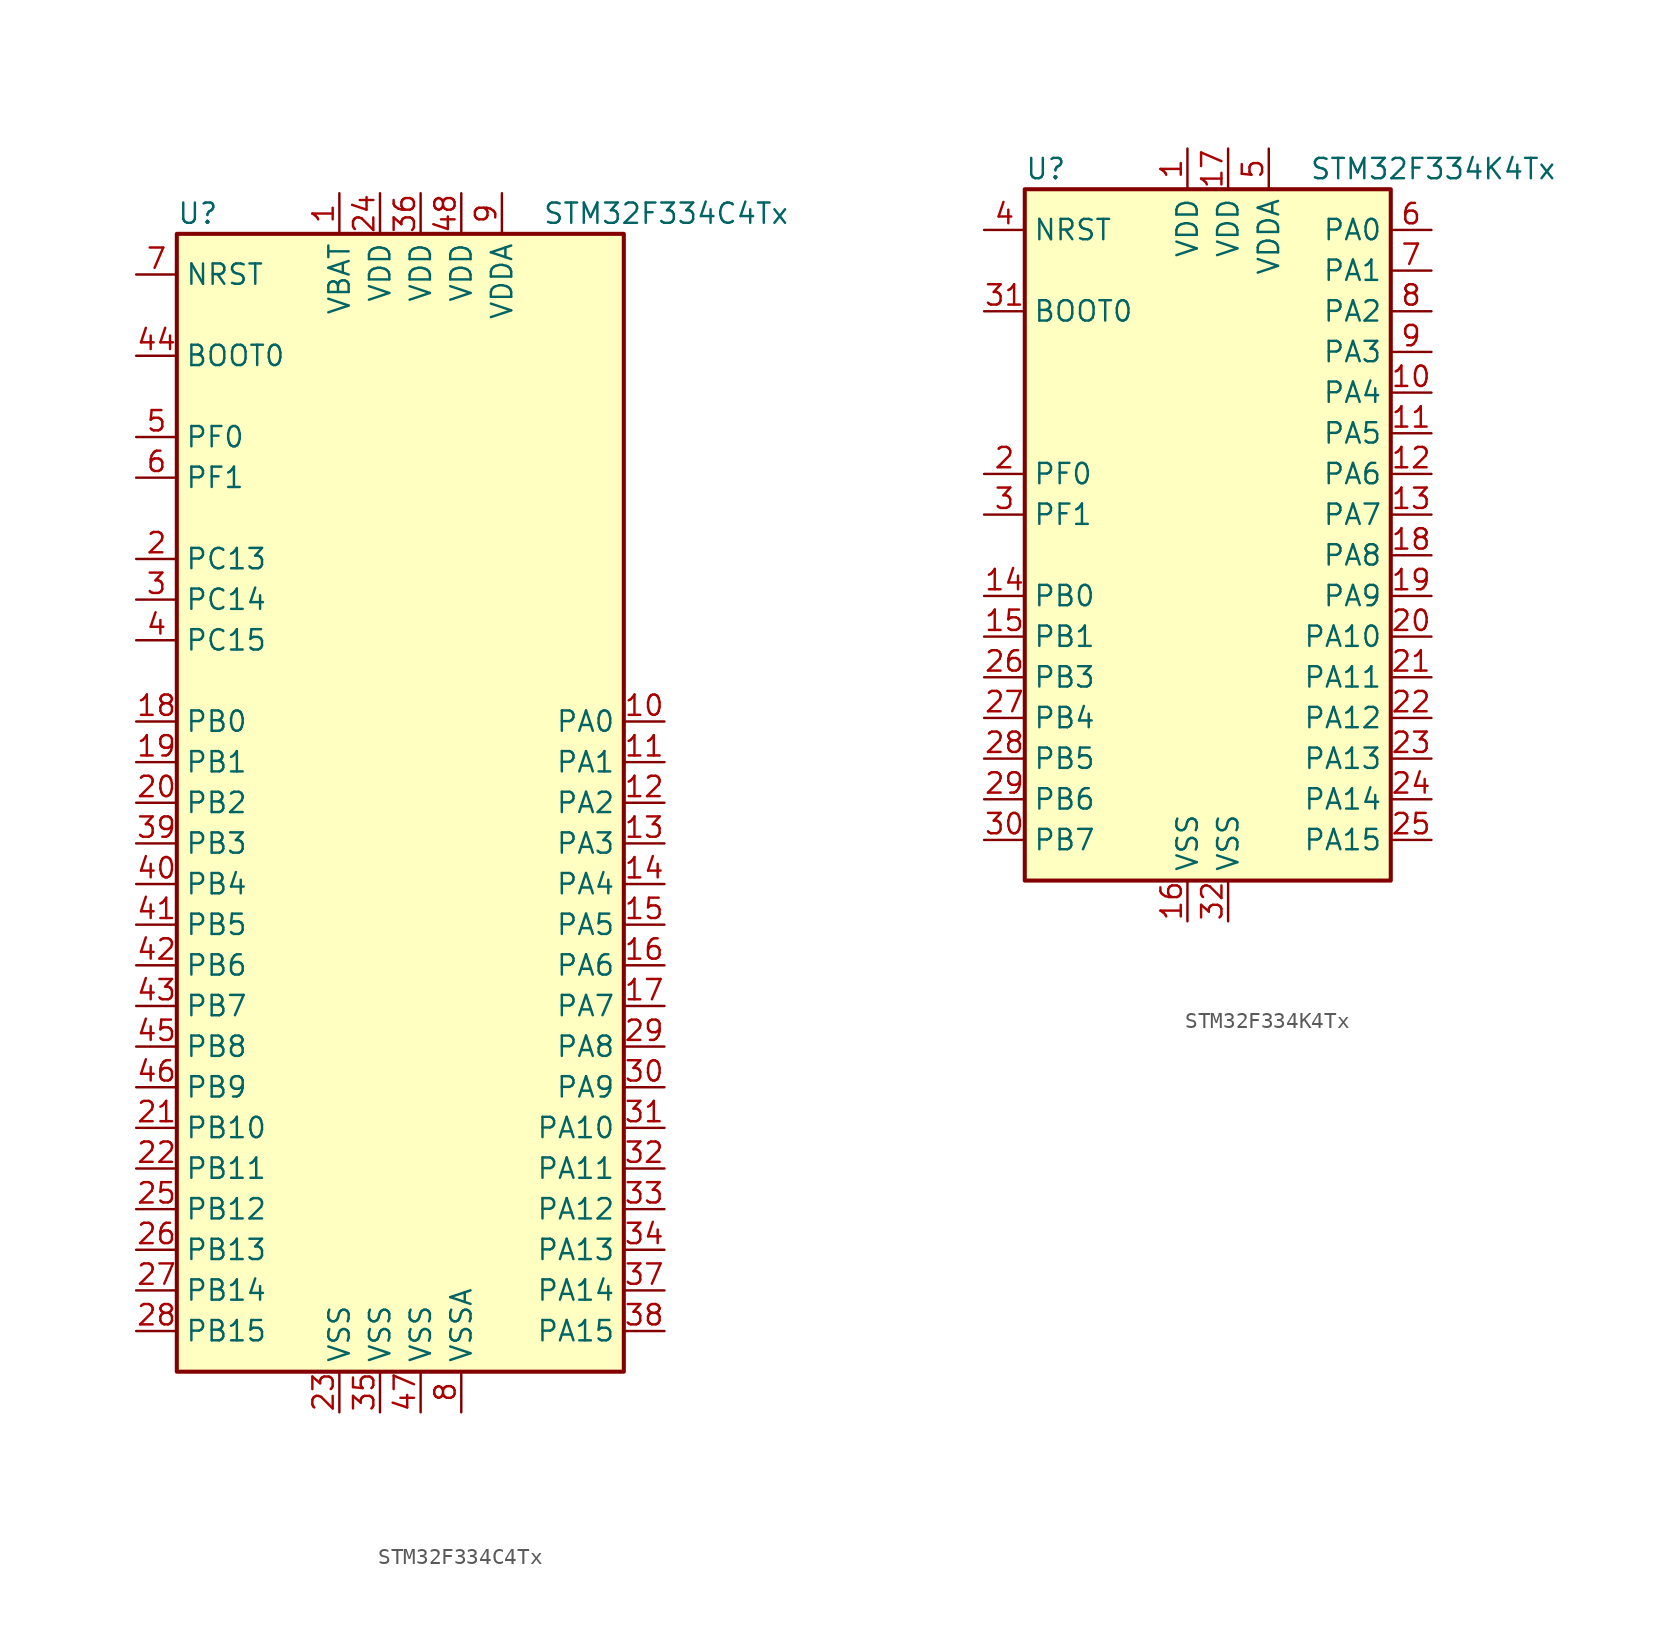
<source format=kicad_sym>
(kicad_symbol_lib
  (version 20201005)
  (generator kicad_symbol_editor)
  (symbol "STM32F334C4Tx"
    (property "Reference" "U"
      (at -15.24 36.83 0)
      (effects (font (size 1.27 1.27)) (justify left)))
    (property "Value" "STM32F334C4Tx"
      (at 7.62 36.83 0)
      (effects (font (size 1.27 1.27)) (justify left)))
    (symbol "STM32F334C4Tx_0_1"
      (rectangle (start -15.24 -35.56) (end 12.7 35.56) (stroke (width 0.254)) (fill (type background))))
    (symbol "STM32F334C4Tx_1_1"
      (pin power_in line (at -5.08 38.1 270) (length 2.54) (name "VBAT" (effects (font (size 1.27 1.27)))) (number "1" (effects (font (size 1.27 1.27)))))
      (pin bidirectional line (at 15.24 5.08 180) (length 2.54) (name "PA0" (effects (font (size 1.27 1.27)))) (number "10" (effects (font (size 1.27 1.27)))))
      (pin bidirectional line (at 15.24 2.54 180) (length 2.54) (name "PA1" (effects (font (size 1.27 1.27)))) (number "11" (effects (font (size 1.27 1.27)))))
      (pin bidirectional line (at 15.24 0 180) (length 2.54) (name "PA2" (effects (font (size 1.27 1.27)))) (number "12" (effects (font (size 1.27 1.27)))))
      (pin bidirectional line (at 15.24 -2.54 180) (length 2.54) (name "PA3" (effects (font (size 1.27 1.27)))) (number "13" (effects (font (size 1.27 1.27)))))
      (pin bidirectional line (at 15.24 -5.08 180) (length 2.54) (name "PA4" (effects (font (size 1.27 1.27)))) (number "14" (effects (font (size 1.27 1.27)))))
      (pin bidirectional line (at 15.24 -7.62 180) (length 2.54) (name "PA5" (effects (font (size 1.27 1.27)))) (number "15" (effects (font (size 1.27 1.27)))))
      (pin bidirectional line (at 15.24 -10.16 180) (length 2.54) (name "PA6" (effects (font (size 1.27 1.27)))) (number "16" (effects (font (size 1.27 1.27)))))
      (pin bidirectional line (at 15.24 -12.7 180) (length 2.54) (name "PA7" (effects (font (size 1.27 1.27)))) (number "17" (effects (font (size 1.27 1.27)))))
      (pin bidirectional line (at -17.78 5.08 0) (length 2.54) (name "PB0" (effects (font (size 1.27 1.27)))) (number "18" (effects (font (size 1.27 1.27)))))
      (pin bidirectional line (at -17.78 2.54 0) (length 2.54) (name "PB1" (effects (font (size 1.27 1.27)))) (number "19" (effects (font (size 1.27 1.27)))))
      (pin bidirectional line (at -17.78 15.24 0) (length 2.54) (name "PC13" (effects (font (size 1.27 1.27)))) (number "2" (effects (font (size 1.27 1.27)))))
      (pin bidirectional line (at -17.78 0 0) (length 2.54) (name "PB2" (effects (font (size 1.27 1.27)))) (number "20" (effects (font (size 1.27 1.27)))))
      (pin bidirectional line (at -17.78 -20.32 0) (length 2.54) (name "PB10" (effects (font (size 1.27 1.27)))) (number "21" (effects (font (size 1.27 1.27)))))
      (pin bidirectional line (at -17.78 -22.86 0) (length 2.54) (name "PB11" (effects (font (size 1.27 1.27)))) (number "22" (effects (font (size 1.27 1.27)))))
      (pin power_in line (at -5.08 -38.1 90) (length 2.54) (name "VSS" (effects (font (size 1.27 1.27)))) (number "23" (effects (font (size 1.27 1.27)))))
      (pin power_in line (at -2.54 38.1 270) (length 2.54) (name "VDD" (effects (font (size 1.27 1.27)))) (number "24" (effects (font (size 1.27 1.27)))))
      (pin bidirectional line (at -17.78 -25.4 0) (length 2.54) (name "PB12" (effects (font (size 1.27 1.27)))) (number "25" (effects (font (size 1.27 1.27)))))
      (pin bidirectional line (at -17.78 -27.94 0) (length 2.54) (name "PB13" (effects (font (size 1.27 1.27)))) (number "26" (effects (font (size 1.27 1.27)))))
      (pin bidirectional line (at -17.78 -30.48 0) (length 2.54) (name "PB14" (effects (font (size 1.27 1.27)))) (number "27" (effects (font (size 1.27 1.27)))))
      (pin bidirectional line (at -17.78 -33.02 0) (length 2.54) (name "PB15" (effects (font (size 1.27 1.27)))) (number "28" (effects (font (size 1.27 1.27)))))
      (pin bidirectional line (at 15.24 -15.24 180) (length 2.54) (name "PA8" (effects (font (size 1.27 1.27)))) (number "29" (effects (font (size 1.27 1.27)))))
      (pin bidirectional line (at -17.78 12.7 0) (length 2.54) (name "PC14" (effects (font (size 1.27 1.27)))) (number "3" (effects (font (size 1.27 1.27)))))
      (pin bidirectional line (at 15.24 -17.78 180) (length 2.54) (name "PA9" (effects (font (size 1.27 1.27)))) (number "30" (effects (font (size 1.27 1.27)))))
      (pin bidirectional line (at 15.24 -20.32 180) (length 2.54) (name "PA10" (effects (font (size 1.27 1.27)))) (number "31" (effects (font (size 1.27 1.27)))))
      (pin bidirectional line (at 15.24 -22.86 180) (length 2.54) (name "PA11" (effects (font (size 1.27 1.27)))) (number "32" (effects (font (size 1.27 1.27)))))
      (pin bidirectional line (at 15.24 -25.4 180) (length 2.54) (name "PA12" (effects (font (size 1.27 1.27)))) (number "33" (effects (font (size 1.27 1.27)))))
      (pin bidirectional line (at 15.24 -27.94 180) (length 2.54) (name "PA13" (effects (font (size 1.27 1.27)))) (number "34" (effects (font (size 1.27 1.27)))))
      (pin power_in line (at -2.54 -38.1 90) (length 2.54) (name "VSS" (effects (font (size 1.27 1.27)))) (number "35" (effects (font (size 1.27 1.27)))))
      (pin power_in line (at 0 38.1 270) (length 2.54) (name "VDD" (effects (font (size 1.27 1.27)))) (number "36" (effects (font (size 1.27 1.27)))))
      (pin bidirectional line (at 15.24 -30.48 180) (length 2.54) (name "PA14" (effects (font (size 1.27 1.27)))) (number "37" (effects (font (size 1.27 1.27)))))
      (pin bidirectional line (at 15.24 -33.02 180) (length 2.54) (name "PA15" (effects (font (size 1.27 1.27)))) (number "38" (effects (font (size 1.27 1.27)))))
      (pin bidirectional line (at -17.78 -2.54 0) (length 2.54) (name "PB3" (effects (font (size 1.27 1.27)))) (number "39" (effects (font (size 1.27 1.27)))))
      (pin bidirectional line (at -17.78 10.16 0) (length 2.54) (name "PC15" (effects (font (size 1.27 1.27)))) (number "4" (effects (font (size 1.27 1.27)))))
      (pin bidirectional line (at -17.78 -5.08 0) (length 2.54) (name "PB4" (effects (font (size 1.27 1.27)))) (number "40" (effects (font (size 1.27 1.27)))))
      (pin bidirectional line (at -17.78 -7.62 0) (length 2.54) (name "PB5" (effects (font (size 1.27 1.27)))) (number "41" (effects (font (size 1.27 1.27)))))
      (pin bidirectional line (at -17.78 -10.16 0) (length 2.54) (name "PB6" (effects (font (size 1.27 1.27)))) (number "42" (effects (font (size 1.27 1.27)))))
      (pin bidirectional line (at -17.78 -12.7 0) (length 2.54) (name "PB7" (effects (font (size 1.27 1.27)))) (number "43" (effects (font (size 1.27 1.27)))))
      (pin input line (at -17.78 27.94 0) (length 2.54) (name "BOOT0" (effects (font (size 1.27 1.27)))) (number "44" (effects (font (size 1.27 1.27)))))
      (pin bidirectional line (at -17.78 -15.24 0) (length 2.54) (name "PB8" (effects (font (size 1.27 1.27)))) (number "45" (effects (font (size 1.27 1.27)))))
      (pin bidirectional line (at -17.78 -17.78 0) (length 2.54) (name "PB9" (effects (font (size 1.27 1.27)))) (number "46" (effects (font (size 1.27 1.27)))))
      (pin power_in line (at 0 -38.1 90) (length 2.54) (name "VSS" (effects (font (size 1.27 1.27)))) (number "47" (effects (font (size 1.27 1.27)))))
      (pin power_in line (at 2.54 38.1 270) (length 2.54) (name "VDD" (effects (font (size 1.27 1.27)))) (number "48" (effects (font (size 1.27 1.27)))))
      (pin input line (at -17.78 22.86 0) (length 2.54) (name "PF0" (effects (font (size 1.27 1.27)))) (number "5" (effects (font (size 1.27 1.27)))))
      (pin input line (at -17.78 20.32 0) (length 2.54) (name "PF1" (effects (font (size 1.27 1.27)))) (number "6" (effects (font (size 1.27 1.27)))))
      (pin input line (at -17.78 33.02 0) (length 2.54) (name "NRST" (effects (font (size 1.27 1.27)))) (number "7" (effects (font (size 1.27 1.27)))))
      (pin power_in line (at 2.54 -38.1 90) (length 2.54) (name "VSSA" (effects (font (size 1.27 1.27)))) (number "8" (effects (font (size 1.27 1.27)))))
      (pin power_in line (at 5.08 38.1 270) (length 2.54) (name "VDDA" (effects (font (size 1.27 1.27)))) (number "9" (effects (font (size 1.27 1.27)))))))
  (symbol "STM32F334K4Tx"
    (property "Reference" "U"
      (at -12.7 21.59 0)
      (effects (font (size 1.27 1.27)) (justify left)))
    (property "Value" "STM32F334K4Tx"
      (at 5.08 21.59 0)
      (effects (font (size 1.27 1.27)) (justify left)))
    (symbol "STM32F334K4Tx_0_1"
      (rectangle (start -12.7 -22.86) (end 10.16 20.32) (stroke (width 0.254)) (fill (type background))))
    (symbol "STM32F334K4Tx_1_1"
      (pin power_in line (at -2.54 22.86 270) (length 2.54) (name "VDD" (effects (font (size 1.27 1.27)))) (number "1" (effects (font (size 1.27 1.27)))))
      (pin bidirectional line (at 12.7 7.62 180) (length 2.54) (name "PA4" (effects (font (size 1.27 1.27)))) (number "10" (effects (font (size 1.27 1.27)))))
      (pin bidirectional line (at 12.7 5.08 180) (length 2.54) (name "PA5" (effects (font (size 1.27 1.27)))) (number "11" (effects (font (size 1.27 1.27)))))
      (pin bidirectional line (at 12.7 2.54 180) (length 2.54) (name "PA6" (effects (font (size 1.27 1.27)))) (number "12" (effects (font (size 1.27 1.27)))))
      (pin bidirectional line (at 12.7 0 180) (length 2.54) (name "PA7" (effects (font (size 1.27 1.27)))) (number "13" (effects (font (size 1.27 1.27)))))
      (pin bidirectional line (at -15.24 -5.08 0) (length 2.54) (name "PB0" (effects (font (size 1.27 1.27)))) (number "14" (effects (font (size 1.27 1.27)))))
      (pin bidirectional line (at -15.24 -7.62 0) (length 2.54) (name "PB1" (effects (font (size 1.27 1.27)))) (number "15" (effects (font (size 1.27 1.27)))))
      (pin power_in line (at -2.54 -25.4 90) (length 2.54) (name "VSS" (effects (font (size 1.27 1.27)))) (number "16" (effects (font (size 1.27 1.27)))))
      (pin power_in line (at 0 22.86 270) (length 2.54) (name "VDD" (effects (font (size 1.27 1.27)))) (number "17" (effects (font (size 1.27 1.27)))))
      (pin bidirectional line (at 12.7 -2.54 180) (length 2.54) (name "PA8" (effects (font (size 1.27 1.27)))) (number "18" (effects (font (size 1.27 1.27)))))
      (pin bidirectional line (at 12.7 -5.08 180) (length 2.54) (name "PA9" (effects (font (size 1.27 1.27)))) (number "19" (effects (font (size 1.27 1.27)))))
      (pin input line (at -15.24 2.54 0) (length 2.54) (name "PF0" (effects (font (size 1.27 1.27)))) (number "2" (effects (font (size 1.27 1.27)))))
      (pin bidirectional line (at 12.7 -7.62 180) (length 2.54) (name "PA10" (effects (font (size 1.27 1.27)))) (number "20" (effects (font (size 1.27 1.27)))))
      (pin bidirectional line (at 12.7 -10.16 180) (length 2.54) (name "PA11" (effects (font (size 1.27 1.27)))) (number "21" (effects (font (size 1.27 1.27)))))
      (pin bidirectional line (at 12.7 -12.7 180) (length 2.54) (name "PA12" (effects (font (size 1.27 1.27)))) (number "22" (effects (font (size 1.27 1.27)))))
      (pin bidirectional line (at 12.7 -15.24 180) (length 2.54) (name "PA13" (effects (font (size 1.27 1.27)))) (number "23" (effects (font (size 1.27 1.27)))))
      (pin bidirectional line (at 12.7 -17.78 180) (length 2.54) (name "PA14" (effects (font (size 1.27 1.27)))) (number "24" (effects (font (size 1.27 1.27)))))
      (pin bidirectional line (at 12.7 -20.32 180) (length 2.54) (name "PA15" (effects (font (size 1.27 1.27)))) (number "25" (effects (font (size 1.27 1.27)))))
      (pin bidirectional line (at -15.24 -10.16 0) (length 2.54) (name "PB3" (effects (font (size 1.27 1.27)))) (number "26" (effects (font (size 1.27 1.27)))))
      (pin bidirectional line (at -15.24 -12.7 0) (length 2.54) (name "PB4" (effects (font (size 1.27 1.27)))) (number "27" (effects (font (size 1.27 1.27)))))
      (pin bidirectional line (at -15.24 -15.24 0) (length 2.54) (name "PB5" (effects (font (size 1.27 1.27)))) (number "28" (effects (font (size 1.27 1.27)))))
      (pin bidirectional line (at -15.24 -17.78 0) (length 2.54) (name "PB6" (effects (font (size 1.27 1.27)))) (number "29" (effects (font (size 1.27 1.27)))))
      (pin input line (at -15.24 0 0) (length 2.54) (name "PF1" (effects (font (size 1.27 1.27)))) (number "3" (effects (font (size 1.27 1.27)))))
      (pin bidirectional line (at -15.24 -20.32 0) (length 2.54) (name "PB7" (effects (font (size 1.27 1.27)))) (number "30" (effects (font (size 1.27 1.27)))))
      (pin input line (at -15.24 12.7 0) (length 2.54) (name "BOOT0" (effects (font (size 1.27 1.27)))) (number "31" (effects (font (size 1.27 1.27)))))
      (pin power_in line (at 0 -25.4 90) (length 2.54) (name "VSS" (effects (font (size 1.27 1.27)))) (number "32" (effects (font (size 1.27 1.27)))))
      (pin input line (at -15.24 17.78 0) (length 2.54) (name "NRST" (effects (font (size 1.27 1.27)))) (number "4" (effects (font (size 1.27 1.27)))))
      (pin power_in line (at 2.54 22.86 270) (length 2.54) (name "VDDA" (effects (font (size 1.27 1.27)))) (number "5" (effects (font (size 1.27 1.27)))))
      (pin bidirectional line (at 12.7 17.78 180) (length 2.54) (name "PA0" (effects (font (size 1.27 1.27)))) (number "6" (effects (font (size 1.27 1.27)))))
      (pin bidirectional line (at 12.7 15.24 180) (length 2.54) (name "PA1" (effects (font (size 1.27 1.27)))) (number "7" (effects (font (size 1.27 1.27)))))
      (pin bidirectional line (at 12.7 12.7 180) (length 2.54) (name "PA2" (effects (font (size 1.27 1.27)))) (number "8" (effects (font (size 1.27 1.27)))))
      (pin bidirectional line (at 12.7 10.16 180) (length 2.54) (name "PA3" (effects (font (size 1.27 1.27)))) (number "9" (effects (font (size 1.27 1.27))))))))
</source>
